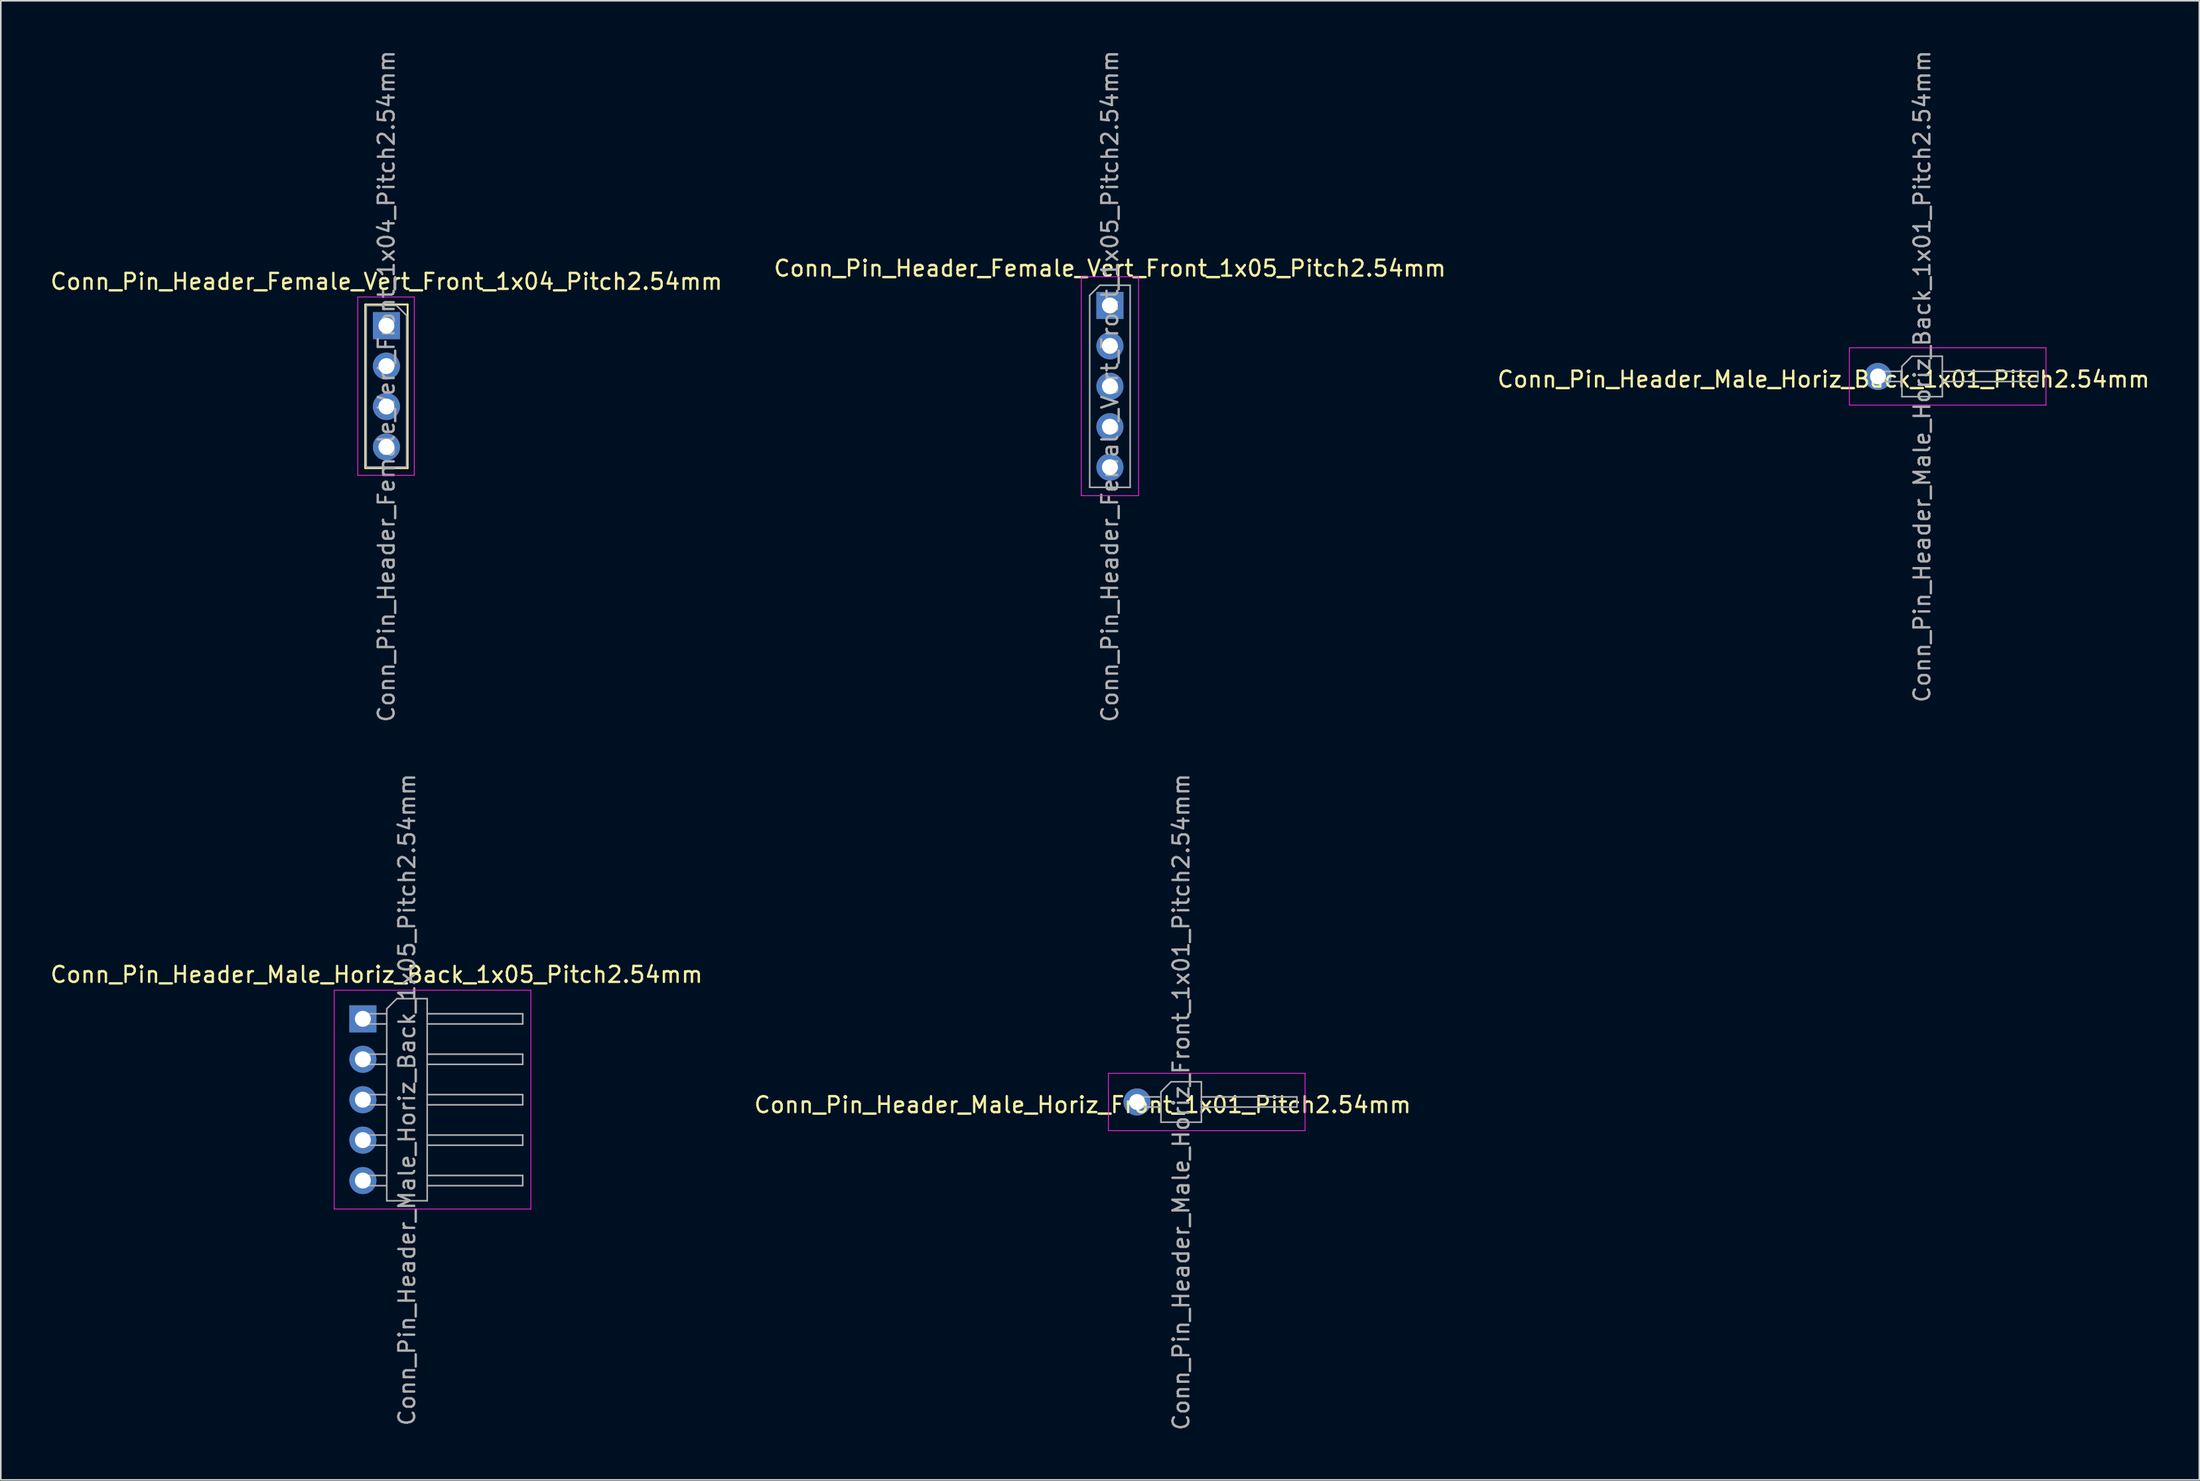
<source format=kicad_pcb>
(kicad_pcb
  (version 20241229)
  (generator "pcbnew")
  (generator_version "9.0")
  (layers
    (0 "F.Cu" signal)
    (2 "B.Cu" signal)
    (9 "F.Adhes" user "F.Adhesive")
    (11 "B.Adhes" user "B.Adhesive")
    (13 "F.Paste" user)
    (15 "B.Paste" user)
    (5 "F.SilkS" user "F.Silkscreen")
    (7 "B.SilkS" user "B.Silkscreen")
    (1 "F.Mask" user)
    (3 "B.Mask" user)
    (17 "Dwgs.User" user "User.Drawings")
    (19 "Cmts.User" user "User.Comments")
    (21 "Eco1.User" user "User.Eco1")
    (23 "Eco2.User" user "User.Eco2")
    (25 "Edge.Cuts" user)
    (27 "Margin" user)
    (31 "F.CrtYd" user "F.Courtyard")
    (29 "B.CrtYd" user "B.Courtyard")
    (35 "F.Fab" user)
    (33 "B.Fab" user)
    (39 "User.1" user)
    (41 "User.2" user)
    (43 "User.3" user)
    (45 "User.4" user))
  (footprint "Conn_Pin_Header_Female_Vert_Front_1x05_Pitch2.54mm"
    (layer "F.Cu")
    (at 66.661 16.14)
    (property "Reference" "Conn_Pin_Header_Female_Vert_Front_1x05_Pitch2.54mm" (at 0 -2.33 0) (layer "F.SilkS") (effects (font (size 1 1) (thickness 0.15))))
    (attr through_hole)
    (fp_line (start -1.8 -1.8) (end -1.8 11.95) (stroke (width 0.05) (type solid)) (layer "F.CrtYd"))
    (fp_line (start -1.8 11.95) (end 1.8 11.95) (stroke (width 0.05) (type solid)) (layer "F.CrtYd"))
    (fp_line (start 1.8 -1.8) (end -1.8 -1.8) (stroke (width 0.05) (type solid)) (layer "F.CrtYd"))
    (fp_line (start 1.8 11.95) (end 1.8 -1.8) (stroke (width 0.05) (type solid)) (layer "F.CrtYd"))
    (fp_line (start -1.27 -0.635) (end -0.635 -1.27) (stroke (width 0.1) (type solid)) (layer "F.Fab"))
    (fp_line (start -1.27 11.43) (end -1.27 -0.635) (stroke (width 0.1) (type solid)) (layer "F.Fab"))
    (fp_line (start -0.635 -1.27) (end 1.27 -1.27) (stroke (width 0.1) (type solid)) (layer "F.Fab"))
    (fp_line (start 1.27 -1.27) (end 1.27 11.43) (stroke (width 0.1) (type solid)) (layer "F.Fab"))
    (fp_line (start 1.27 11.43) (end -1.27 11.43) (stroke (width 0.1) (type solid)) (layer "F.Fab"))
    (fp_text user "${REFERENCE}" (at 0 5.08 90) (layer "F.Fab") (effects (font (size 1 1) (thickness 0.15))))
    (pad "1" thru_hole rect (at 0 0) (size 1.7 1.7) (drill 1) (layers "*.Cu" "*.Mask"))
    (pad "2" thru_hole oval (at 0 2.54) (size 1.7 1.7) (drill 1) (layers "*.Cu" "*.Mask"))
    (pad "3" thru_hole oval (at 0 5.08) (size 1.7 1.7) (drill 1) (layers "*.Cu" "*.Mask"))
    (pad "4" thru_hole oval (at 0 7.62) (size 1.7 1.7) (drill 1) (layers "*.Cu" "*.Mask"))
    (pad "5" thru_hole oval (at 0 10.16) (size 1.7 1.7) (drill 1) (layers "*.Cu" "*.Mask")))
  (footprint "Conn_Pin_Header_Male_Horiz_Back_1x01_Pitch2.54mm"
    (layer "F.Cu")
    (at 114.902 20.601)
    (property "Reference" "Conn_Pin_Header_Male_Horiz_Back_1x01_Pitch2.54mm" (at -3.42 0.18 0) (layer "F.SilkS") (effects (font (size 1 1) (thickness 0.15))))
    (attr through_hole)
    (fp_line (start -1.8 -1.8) (end -1.8 1.8) (stroke (width 0.05) (type solid)) (layer "F.CrtYd"))
    (fp_line (start -1.8 1.8) (end 10.55 1.8) (stroke (width 0.05) (type solid)) (layer "F.CrtYd"))
    (fp_line (start 10.55 -1.8) (end -1.8 -1.8) (stroke (width 0.05) (type solid)) (layer "F.CrtYd"))
    (fp_line (start 10.55 1.8) (end 10.55 -1.8) (stroke (width 0.05) (type solid)) (layer "F.CrtYd"))
    (fp_line (start -0.32 -0.32) (end -0.32 0.32) (stroke (width 0.1) (type solid)) (layer "F.Fab"))
    (fp_line (start -0.32 -0.32) (end 1.5 -0.32) (stroke (width 0.1) (type solid)) (layer "F.Fab"))
    (fp_line (start -0.32 0.32) (end 1.5 0.32) (stroke (width 0.1) (type solid)) (layer "F.Fab"))
    (fp_line (start 1.5 -0.635) (end 2.135 -1.27) (stroke (width 0.1) (type solid)) (layer "F.Fab"))
    (fp_line (start 1.5 1.27) (end 1.5 -0.635) (stroke (width 0.1) (type solid)) (layer "F.Fab"))
    (fp_line (start 2.135 -1.27) (end 4.04 -1.27) (stroke (width 0.1) (type solid)) (layer "F.Fab"))
    (fp_line (start 4.04 -1.27) (end 4.04 1.27) (stroke (width 0.1) (type solid)) (layer "F.Fab"))
    (fp_line (start 4.04 -0.32) (end 10.04 -0.32) (stroke (width 0.1) (type solid)) (layer "F.Fab"))
    (fp_line (start 4.04 0.32) (end 10.04 0.32) (stroke (width 0.1) (type solid)) (layer "F.Fab"))
    (fp_line (start 4.04 1.27) (end 1.5 1.27) (stroke (width 0.1) (type solid)) (layer "F.Fab"))
    (fp_line (start 10.04 -0.32) (end 10.04 0.32) (stroke (width 0.1) (type solid)) (layer "F.Fab"))
    (fp_text user "${REFERENCE}" (at 2.77 0 90) (layer "F.Fab") (effects (font (size 1 1) (thickness 0.15))))
    (pad "1" thru_hole circle (at 0 0) (size 1.7 1.7) (drill 1) (layers "*.Cu" "*.Mask")))
  (footprint "Conn_Pin_Header_Male_Horiz_Back_1x05_Pitch2.54mm"
    (layer "F.Cu")
    (at 19.741 60.962)
    (property "Reference" "Conn_Pin_Header_Male_Horiz_Back_1x05_Pitch2.54mm" (at 0.86 -2.78 0) (layer "F.SilkS") (effects (font (size 1 1) (thickness 0.15))))
    (attr through_hole)
    (fp_line (start -1.8 -1.8) (end -1.8 11.95) (stroke (width 0.05) (type solid)) (layer "F.CrtYd"))
    (fp_line (start -1.8 11.95) (end 10.55 11.95) (stroke (width 0.05) (type solid)) (layer "F.CrtYd"))
    (fp_line (start 10.55 -1.8) (end -1.8 -1.8) (stroke (width 0.05) (type solid)) (layer "F.CrtYd"))
    (fp_line (start 10.55 11.95) (end 10.55 -1.8) (stroke (width 0.05) (type solid)) (layer "F.CrtYd"))
    (fp_line (start -0.32 -0.32) (end -0.32 0.32) (stroke (width 0.1) (type solid)) (layer "F.Fab"))
    (fp_line (start -0.32 -0.32) (end 1.5 -0.32) (stroke (width 0.1) (type solid)) (layer "F.Fab"))
    (fp_line (start -0.32 0.32) (end 1.5 0.32) (stroke (width 0.1) (type solid)) (layer "F.Fab"))
    (fp_line (start -0.32 2.22) (end -0.32 2.86) (stroke (width 0.1) (type solid)) (layer "F.Fab"))
    (fp_line (start -0.32 2.22) (end 1.5 2.22) (stroke (width 0.1) (type solid)) (layer "F.Fab"))
    (fp_line (start -0.32 2.86) (end 1.5 2.86) (stroke (width 0.1) (type solid)) (layer "F.Fab"))
    (fp_line (start -0.32 4.76) (end -0.32 5.4) (stroke (width 0.1) (type solid)) (layer "F.Fab"))
    (fp_line (start -0.32 4.76) (end 1.5 4.76) (stroke (width 0.1) (type solid)) (layer "F.Fab"))
    (fp_line (start -0.32 5.4) (end 1.5 5.4) (stroke (width 0.1) (type solid)) (layer "F.Fab"))
    (fp_line (start -0.32 7.3) (end -0.32 7.94) (stroke (width 0.1) (type solid)) (layer "F.Fab"))
    (fp_line (start -0.32 7.3) (end 1.5 7.3) (stroke (width 0.1) (type solid)) (layer "F.Fab"))
    (fp_line (start -0.32 7.94) (end 1.5 7.94) (stroke (width 0.1) (type solid)) (layer "F.Fab"))
    (fp_line (start -0.32 9.84) (end -0.32 10.48) (stroke (width 0.1) (type solid)) (layer "F.Fab"))
    (fp_line (start -0.32 9.84) (end 1.5 9.84) (stroke (width 0.1) (type solid)) (layer "F.Fab"))
    (fp_line (start -0.32 10.48) (end 1.5 10.48) (stroke (width 0.1) (type solid)) (layer "F.Fab"))
    (fp_line (start 1.5 -0.635) (end 2.135 -1.27) (stroke (width 0.1) (type solid)) (layer "F.Fab"))
    (fp_line (start 1.5 11.43) (end 1.5 -0.635) (stroke (width 0.1) (type solid)) (layer "F.Fab"))
    (fp_line (start 2.135 -1.27) (end 4.04 -1.27) (stroke (width 0.1) (type solid)) (layer "F.Fab"))
    (fp_line (start 4.04 -1.27) (end 4.04 11.43) (stroke (width 0.1) (type solid)) (layer "F.Fab"))
    (fp_line (start 4.04 -0.32) (end 10.04 -0.32) (stroke (width 0.1) (type solid)) (layer "F.Fab"))
    (fp_line (start 4.04 0.32) (end 10.04 0.32) (stroke (width 0.1) (type solid)) (layer "F.Fab"))
    (fp_line (start 4.04 2.22) (end 10.04 2.22) (stroke (width 0.1) (type solid)) (layer "F.Fab"))
    (fp_line (start 4.04 2.86) (end 10.04 2.86) (stroke (width 0.1) (type solid)) (layer "F.Fab"))
    (fp_line (start 4.04 4.76) (end 10.04 4.76) (stroke (width 0.1) (type solid)) (layer "F.Fab"))
    (fp_line (start 4.04 5.4) (end 10.04 5.4) (stroke (width 0.1) (type solid)) (layer "F.Fab"))
    (fp_line (start 4.04 7.3) (end 10.04 7.3) (stroke (width 0.1) (type solid)) (layer "F.Fab"))
    (fp_line (start 4.04 7.94) (end 10.04 7.94) (stroke (width 0.1) (type solid)) (layer "F.Fab"))
    (fp_line (start 4.04 9.84) (end 10.04 9.84) (stroke (width 0.1) (type solid)) (layer "F.Fab"))
    (fp_line (start 4.04 10.48) (end 10.04 10.48) (stroke (width 0.1) (type solid)) (layer "F.Fab"))
    (fp_line (start 4.04 11.43) (end 1.5 11.43) (stroke (width 0.1) (type solid)) (layer "F.Fab"))
    (fp_line (start 10.04 -0.32) (end 10.04 0.32) (stroke (width 0.1) (type solid)) (layer "F.Fab"))
    (fp_line (start 10.04 2.22) (end 10.04 2.86) (stroke (width 0.1) (type solid)) (layer "F.Fab"))
    (fp_line (start 10.04 4.76) (end 10.04 5.4) (stroke (width 0.1) (type solid)) (layer "F.Fab"))
    (fp_line (start 10.04 7.3) (end 10.04 7.94) (stroke (width 0.1) (type solid)) (layer "F.Fab"))
    (fp_line (start 10.04 9.84) (end 10.04 10.48) (stroke (width 0.1) (type solid)) (layer "F.Fab"))
    (fp_text user "${REFERENCE}" (at 2.77 5.08 90) (layer "F.Fab") (effects (font (size 1 1) (thickness 0.15))))
    (pad "1" thru_hole rect (at 0 0) (size 1.7 1.7) (drill 1) (layers "*.Cu" "*.Mask"))
    (pad "2" thru_hole oval (at 0 2.54) (size 1.7 1.7) (drill 1) (layers "*.Cu" "*.Mask"))
    (pad "3" thru_hole oval (at 0 5.08) (size 1.7 1.7) (drill 1) (layers "*.Cu" "*.Mask"))
    (pad "4" thru_hole oval (at 0 7.62) (size 1.7 1.7) (drill 1) (layers "*.Cu" "*.Mask"))
    (pad "5" thru_hole oval (at 0 10.16) (size 1.7 1.7) (drill 1) (layers "*.Cu" "*.Mask")))
  (footprint "Conn_Pin_Header_Female_Vert_Front_1x04_Pitch2.54mm"
    (layer "F.Cu")
    (at 21.22 17.41)
    (property "Reference" "Conn_Pin_Header_Female_Vert_Front_1x04_Pitch2.54mm" (at 0 -2.77 0) (layer "F.SilkS") (effects (font (size 1 1) (thickness 0.15))))
    (attr through_hole)
    (fp_line (start -1.33 -1.33) (end -1.33 8.95) (stroke (width 0.12) (type solid)) (layer "F.SilkS"))
    (fp_line (start -1.33 -1.33) (end 1.33 -1.33) (stroke (width 0.12) (type solid)) (layer "F.SilkS"))
    (fp_line (start -1.33 8.95) (end 1.33 8.95) (stroke (width 0.12) (type solid)) (layer "F.SilkS"))
    (fp_line (start 1.33 -1.33) (end 1.33 8.95) (stroke (width 0.12) (type solid)) (layer "F.SilkS"))
    (fp_line (start -1.8 -1.8) (end 1.75 -1.8) (stroke (width 0.05) (type solid)) (layer "F.CrtYd"))
    (fp_line (start -1.8 9.4) (end -1.8 -1.8) (stroke (width 0.05) (type solid)) (layer "F.CrtYd"))
    (fp_line (start 1.75 -1.8) (end 1.75 9.4) (stroke (width 0.05) (type solid)) (layer "F.CrtYd"))
    (fp_line (start 1.75 9.4) (end -1.8 9.4) (stroke (width 0.05) (type solid)) (layer "F.CrtYd"))
    (fp_line (start -1.27 -1.27) (end 0.635 -1.27) (stroke (width 0.1) (type solid)) (layer "F.Fab"))
    (fp_line (start -1.27 8.89) (end -1.27 -1.27) (stroke (width 0.1) (type solid)) (layer "F.Fab"))
    (fp_line (start 0.635 -1.27) (end 1.27 -0.635) (stroke (width 0.1) (type solid)) (layer "F.Fab"))
    (fp_line (start 1.27 -0.635) (end 1.27 8.89) (stroke (width 0.1) (type solid)) (layer "F.Fab"))
    (fp_line (start 1.27 8.89) (end -1.27 8.89) (stroke (width 0.1) (type solid)) (layer "F.Fab"))
    (fp_text user "${REFERENCE}" (at 0 3.81 90) (layer "F.Fab") (effects (font (size 1 1) (thickness 0.15))))
    (pad "1" thru_hole rect (at 0 0) (size 1.7 1.7) (drill 1) (layers "*.Cu" "*.Mask"))
    (pad "2" thru_hole oval (at 0 2.54) (size 1.7 1.7) (drill 1) (layers "*.Cu" "*.Mask"))
    (pad "3" thru_hole oval (at 0 5.08) (size 1.7 1.7) (drill 1) (layers "*.Cu" "*.Mask"))
    (pad "4" thru_hole oval (at 0 7.62) (size 1.7 1.7) (drill 1) (layers "*.Cu" "*.Mask")))
  (footprint "Conn_Pin_Header_Male_Horiz_Front_1x01_Pitch2.54mm"
    (layer "F.Cu")
    (at 68.366 66.185)
    (property "Reference" "Conn_Pin_Header_Male_Horiz_Front_1x01_Pitch2.54mm" (at -3.42 0.18 0) (layer "F.SilkS") (effects (font (size 1 1) (thickness 0.15))))
    (attr through_hole)
    (fp_line (start -1.8 -1.8) (end -1.8 1.8) (stroke (width 0.05) (type solid)) (layer "F.CrtYd"))
    (fp_line (start -1.8 1.8) (end 10.55 1.8) (stroke (width 0.05) (type solid)) (layer "F.CrtYd"))
    (fp_line (start 10.55 -1.8) (end -1.8 -1.8) (stroke (width 0.05) (type solid)) (layer "F.CrtYd"))
    (fp_line (start 10.55 1.8) (end 10.55 -1.8) (stroke (width 0.05) (type solid)) (layer "F.CrtYd"))
    (fp_line (start -0.32 -0.32) (end -0.32 0.32) (stroke (width 0.1) (type solid)) (layer "F.Fab"))
    (fp_line (start -0.32 -0.32) (end 1.5 -0.32) (stroke (width 0.1) (type solid)) (layer "F.Fab"))
    (fp_line (start -0.32 0.32) (end 1.5 0.32) (stroke (width 0.1) (type solid)) (layer "F.Fab"))
    (fp_line (start 1.5 -0.635) (end 2.135 -1.27) (stroke (width 0.1) (type solid)) (layer "F.Fab"))
    (fp_line (start 1.5 1.27) (end 1.5 -0.635) (stroke (width 0.1) (type solid)) (layer "F.Fab"))
    (fp_line (start 2.135 -1.27) (end 4.04 -1.27) (stroke (width 0.1) (type solid)) (layer "F.Fab"))
    (fp_line (start 4.04 -1.27) (end 4.04 1.27) (stroke (width 0.1) (type solid)) (layer "F.Fab"))
    (fp_line (start 4.04 -0.32) (end 10.04 -0.32) (stroke (width 0.1) (type solid)) (layer "F.Fab"))
    (fp_line (start 4.04 0.32) (end 10.04 0.32) (stroke (width 0.1) (type solid)) (layer "F.Fab"))
    (fp_line (start 4.04 1.27) (end 1.5 1.27) (stroke (width 0.1) (type solid)) (layer "F.Fab"))
    (fp_line (start 10.04 -0.32) (end 10.04 0.32) (stroke (width 0.1) (type solid)) (layer "F.Fab"))
    (fp_text user "${REFERENCE}" (at 2.77 0 90) (layer "F.Fab") (effects (font (size 1 1) (thickness 0.15))))
    (pad "1" thru_hole circle (at 0 0) (size 1.7 1.7) (drill 1) (layers "*.Cu" "*.Mask")))
  (gr_rect
    (start -3 -3)
    (end 135.083 89.929)
    (stroke (width 0.1) (type default))
    (fill no)
    (layer "Edge.Cuts")))
</source>
